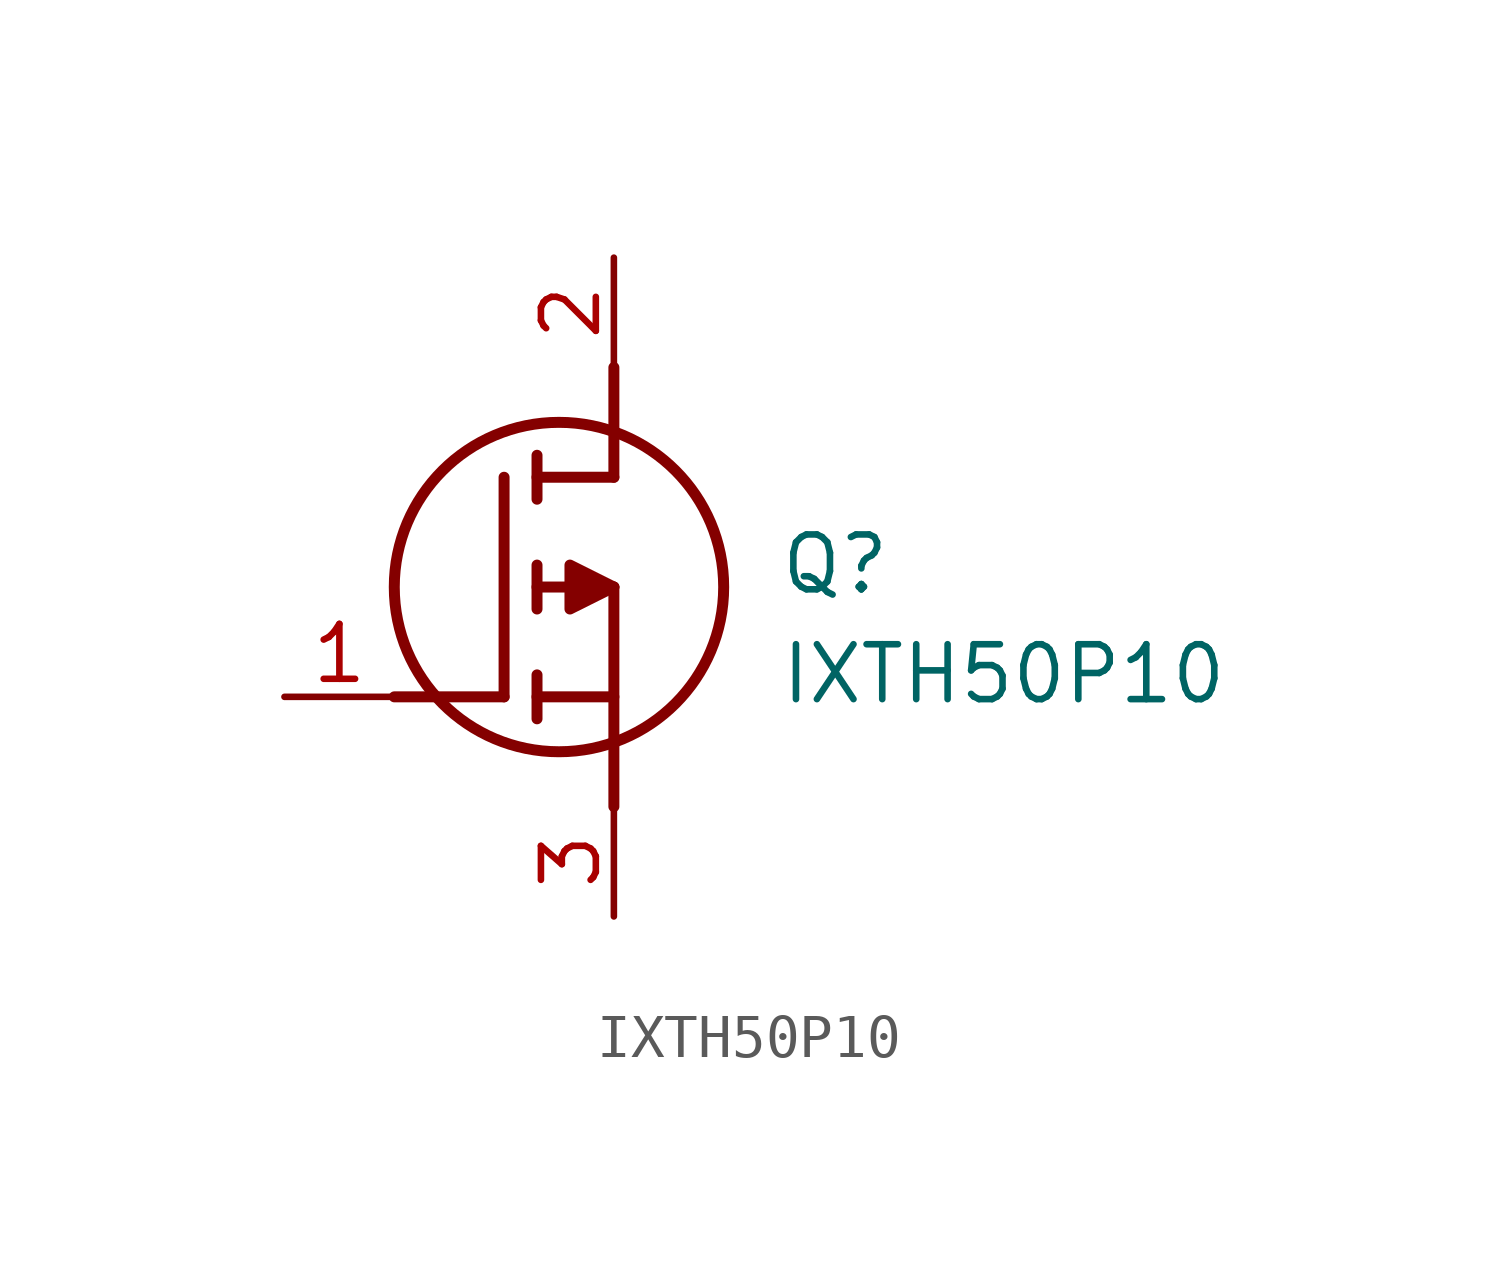
<source format=kicad_sym>
(kicad_symbol_lib
  (version 20211014)
  (generator SamacSys_ECAD_Model)
  (symbol "IXTH50P10"
    (pin_names hide)
    (property "Reference" "Q"
      (at 11.43 3.81 0)
      (effects (font (size 1.27 1.27)) (justify left top)))
    (property "Value" "IXTH50P10"
      (at 11.43 1.27 0)
      (effects (font (size 1.27 1.27)) (justify left top)))
    (polyline
      (pts (xy 7.62 2.54) (xy 7.62 -2.54))
      (stroke (width 0.254) (type default))
      (fill (type none)))
    (polyline
      (pts (xy 7.62 5.08) (xy 7.62 7.62))
      (stroke (width 0.254) (type default))
      (fill (type none)))
    (polyline
      (pts (xy 2.54 0) (xy 5.08 0))
      (stroke (width 0.254) (type default))
      (fill (type none)))
    (polyline
      (pts (xy 5.08 5.08) (xy 5.08 0))
      (stroke (width 0.254) (type default))
      (fill (type none)))
    (polyline
      (pts (xy 7.62 2.54) (xy 5.842 2.54))
      (stroke (width 0.254) (type default))
      (fill (type none)))
    (polyline
      (pts (xy 7.62 5.08) (xy 5.842 5.08))
      (stroke (width 0.254) (type default))
      (fill (type none)))
    (polyline
      (pts (xy 5.842 0) (xy 7.62 0))
      (stroke (width 0.254) (type default))
      (fill (type none)))
    (polyline
      (pts (xy 5.842 5.588) (xy 5.842 4.572))
      (stroke (width 0.254) (type default))
      (fill (type none)))
    (polyline
      (pts (xy 5.842 -0.508) (xy 5.842 0.508))
      (stroke (width 0.254) (type default))
      (fill (type none)))
    (polyline
      (pts (xy 5.842 2.032) (xy 5.842 3.048))
      (stroke (width 0.254) (type default))
      (fill (type none)))
    (circle
      (center 6.35 2.54)
      (radius 3.81)
      (stroke (width 0.254) (type default))
      (fill (type none)))
    (polyline
      (pts (xy 7.62 2.54) (xy 6.604 3.048) (xy 6.604 2.032) (xy 7.62 2.54))
      (stroke (width 0.254) (type default))
      (fill (type outline)))
    (pin passive line
      (at 0 0 0)
      (length 2.54)
      (name "G" (effects (font (size 1.27 1.27))))
      (number "1" (effects (font (size 1.27 1.27)))))
    (pin passive line
      (at 7.62 10.16 270)
      (length 2.54)
      (name "D" (effects (font (size 1.27 1.27))))
      (number "2" (effects (font (size 1.27 1.27)))))
    (pin passive line
      (at 7.62 -5.08 90)
      (length 2.54)
      (name "S" (effects (font (size 1.27 1.27))))
      (number "3" (effects (font (size 1.27 1.27)))))))
</source>
